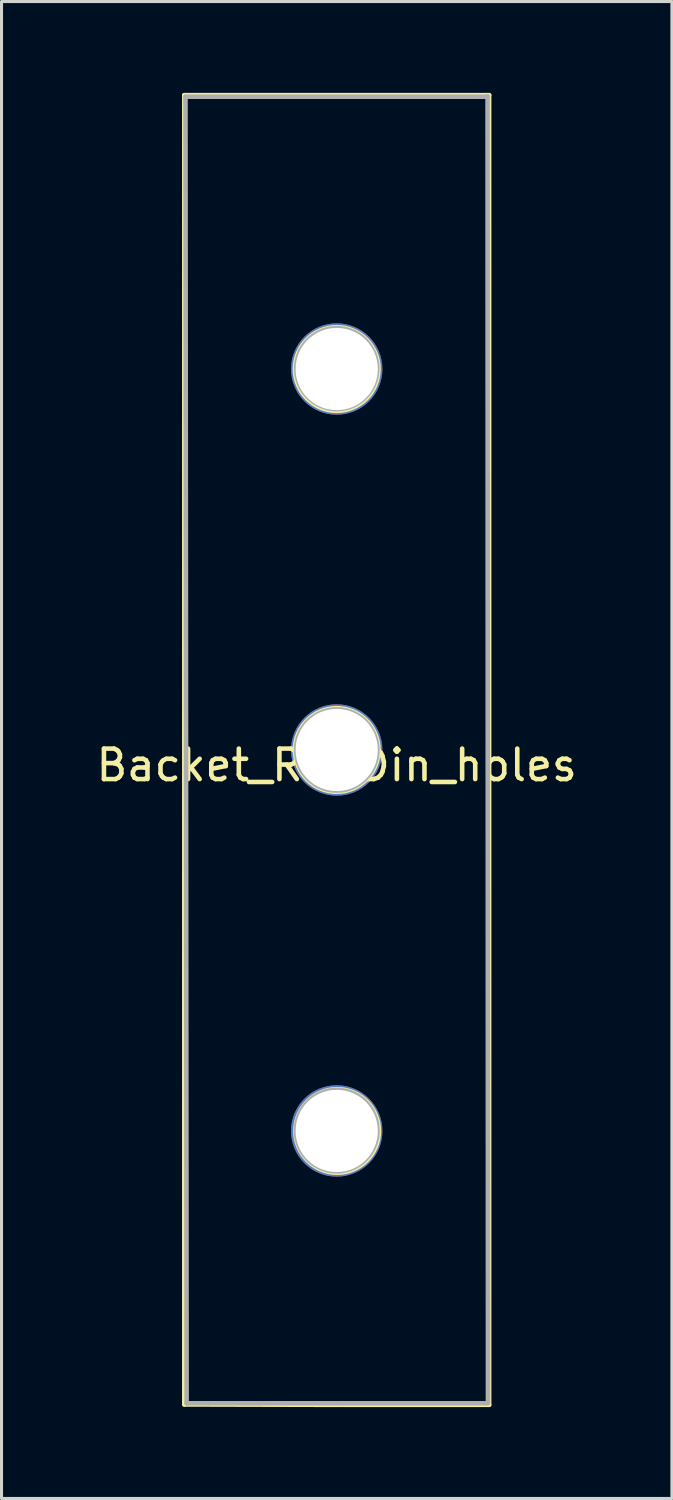
<source format=kicad_pcb>
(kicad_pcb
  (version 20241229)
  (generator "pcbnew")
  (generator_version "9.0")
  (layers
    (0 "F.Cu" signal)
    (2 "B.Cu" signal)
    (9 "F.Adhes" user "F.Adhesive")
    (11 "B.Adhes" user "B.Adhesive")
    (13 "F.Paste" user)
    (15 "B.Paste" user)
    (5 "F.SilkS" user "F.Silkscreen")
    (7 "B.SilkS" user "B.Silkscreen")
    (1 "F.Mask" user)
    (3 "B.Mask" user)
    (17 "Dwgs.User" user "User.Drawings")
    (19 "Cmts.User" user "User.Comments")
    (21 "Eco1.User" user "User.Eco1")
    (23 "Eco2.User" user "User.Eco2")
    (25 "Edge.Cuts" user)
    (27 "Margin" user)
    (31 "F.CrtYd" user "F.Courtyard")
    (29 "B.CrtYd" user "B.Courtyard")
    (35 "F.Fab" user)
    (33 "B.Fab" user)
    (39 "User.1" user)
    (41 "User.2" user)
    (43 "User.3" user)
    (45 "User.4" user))
  (footprint "Backet_RielDin_holes"
    (layer "F.Cu")
    (at 8.006 21.576)
    (property "Reference" "Backet_RielDin_holes" (at 0 0.5 0) (layer "F.SilkS") (effects (font (size 1 1) (thickness 0.15))))
    (attr through_hole)
    (fp_line (start -5.004 -21.501) (end -5.004 21.488) (stroke (width 0.15) (type solid)) (layer "F.SilkS"))
    (fp_line (start -5.004 21.488) (end 0 21.501) (stroke (width 0.15) (type solid)) (layer "F.SilkS"))
    (fp_line (start 0 21.501) (end 5.004 21.501) (stroke (width 0.15) (type solid)) (layer "F.SilkS"))
    (fp_line (start 5.004 -21.501) (end -5.004 -21.501) (stroke (width 0.15) (type solid)) (layer "F.SilkS"))
    (fp_line (start 5.004 21.501) (end 5.004 -21.501) (stroke (width 0.15) (type solid)) (layer "F.SilkS"))
    (fp_circle (center 0 -12.509) (end 1.372 -12.471) (stroke (width 0.15) (type solid)) (fill no) (layer "F.SilkS"))
    (fp_circle (center 0 0) (end 1.372 0.038) (stroke (width 0.15) (type solid)) (fill no) (layer "F.SilkS"))
    (fp_circle (center 0.013 12.509) (end 1.384 12.509) (stroke (width 0.15) (type solid)) (fill no) (layer "F.SilkS"))
    (fp_line (start -4.966 -21.45) (end 4.953 -21.45) (stroke (width 0.15) (type solid)) (layer "F.Fab"))
    (fp_line (start -4.928 21.45) (end -4.966 -21.45) (stroke (width 0.15) (type solid)) (layer "F.Fab"))
    (fp_line (start 4.953 -21.463) (end 4.966 21.438) (stroke (width 0.15) (type solid)) (layer "F.Fab"))
    (fp_line (start 4.966 21.45) (end -4.928 21.45) (stroke (width 0.15) (type solid)) (layer "F.Fab"))
    (fp_circle (center 0 -12.522) (end 1.329 -12.522) (stroke (width 0.15) (type solid)) (fill no) (layer "F.Fab"))
    (fp_circle (center 0 0) (end 0.025 -0.013) (stroke (width 0.15) (type solid)) (fill no) (layer "F.Fab"))
    (fp_circle (center 0 0) (end 1.333 0) (stroke (width 0.15) (type solid)) (fill no) (layer "F.Fab"))
    (fp_circle (center 0 12.497) (end 1.337 12.497) (stroke (width 0.15) (type solid)) (fill no) (layer "F.Fab"))
    (pad "1" thru_hole circle (at 0 -12.509) (size 3 3) (drill 2.7) (layers "*.Cu" "*.Mask"))
    (pad "2" thru_hole circle (at 0 0) (size 3 3) (drill 2.7) (layers "*.Cu" "*.Mask"))
    (pad "3" thru_hole circle (at 0 12.509) (size 3 3) (drill 2.7) (layers "*.Cu" "*.Mask")))
  (gr_rect
    (start -3 -3)
    (end 19.012 46.152)
    (stroke (width 0.1) (type default))
    (fill no)
    (layer "Edge.Cuts")))
</source>
